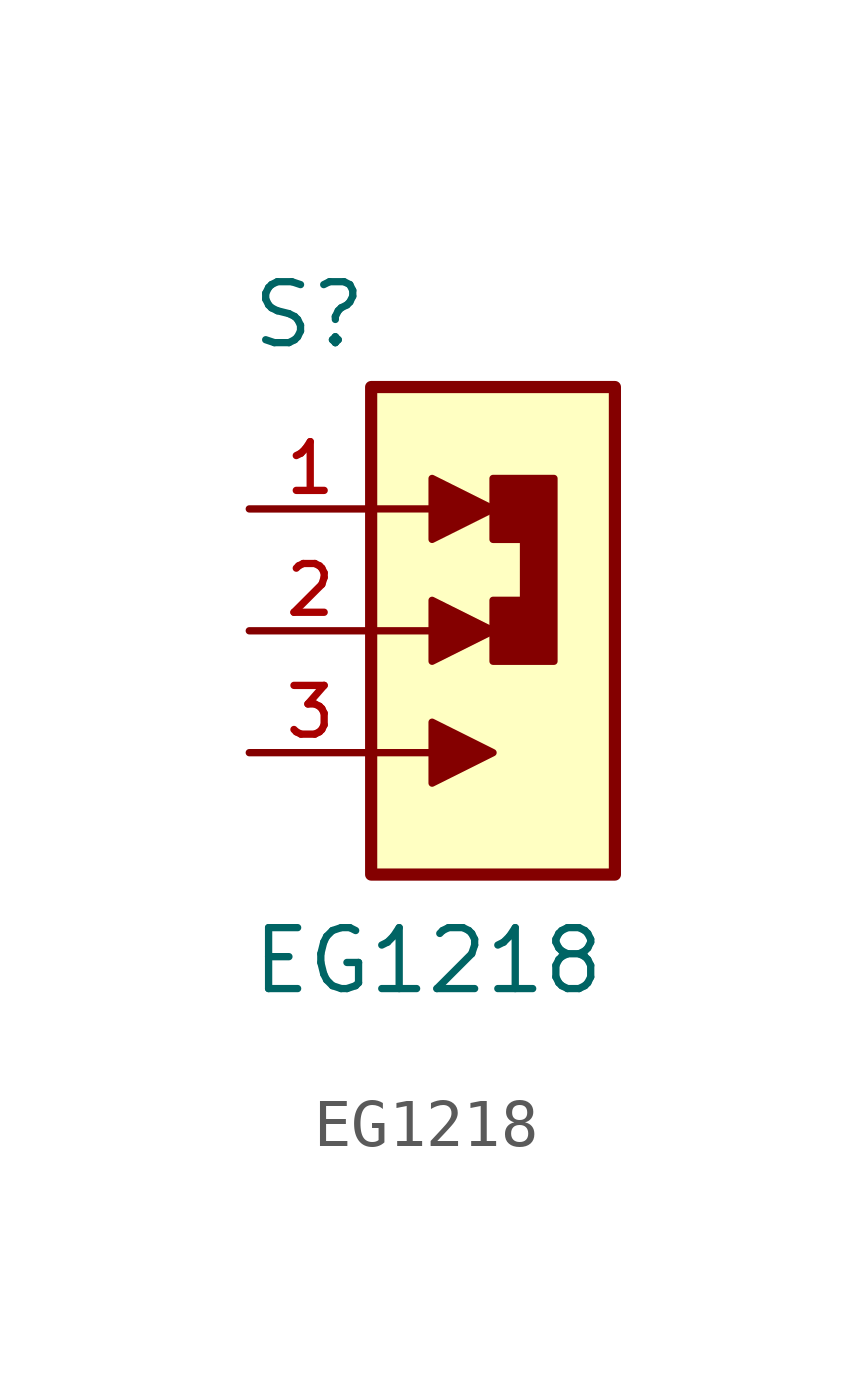
<source format=kicad_sym>
(kicad_symbol_lib
  (version 20211014)
  (generator kicad_symbol_editor)
  (symbol "EG1218"
    (pin_names
      (offset 1.016))
    (property "Reference" "S"
      (at -5.08 5.842 0)
      (effects (font (size 1.27 1.27)) (justify bottom left)))
    (property "Value" "EG1218"
      (at -5.08 -7.62 0)
      (effects (font (size 1.27 1.27)) (justify bottom left)))
    (symbol "EG1218_0_0"
      (polyline (pts (xy -2.54 2.54) (xy -1.27 2.54)) (stroke (width 0.152)))
      (polyline (pts (xy -1.27 3.175) (xy -1.27 1.905) (xy 0.0 2.54) (xy -1.27 3.175)) (stroke (width 0.152)) (fill (type outline)))
      (polyline (pts (xy -2.54 0.0) (xy -1.27 0.0)) (stroke (width 0.152)))
      (polyline (pts (xy -1.27 0.635) (xy -1.27 -0.635) (xy 0.0 0.0) (xy -1.27 0.635)) (stroke (width 0.152)) (fill (type outline)))
      (polyline (pts (xy -2.54 -2.54) (xy -1.27 -2.54)) (stroke (width 0.152)))
      (polyline (pts (xy -1.27 -1.905) (xy -1.27 -3.175) (xy 0.0 -2.54) (xy -1.27 -1.905)) (stroke (width 0.152)) (fill (type outline)))
      (polyline (pts (xy 0.0 1.905) (xy 0.0 3.175) (xy 1.27 3.175) (xy 1.27 -0.635) (xy 0.0 -0.635) (xy 0.0 0.635) (xy 0.635 0.635) (xy 0.635 1.905) (xy 0.0 1.905)) (stroke (width 0.152)) (fill (type outline)))
      (rectangle (start -2.54 -5.08) (end 2.54 5.08) (stroke (width 0.254)) (fill (type background)))
      (pin passive line (at -5.08 0.0 0) (length 2.54) (name "~" (effects (font (size 1.016 1.016)))) (number "2" (effects (font (size 1.016 1.016)))))
      (pin passive line (at -5.08 -2.54 0) (length 2.54) (name "~" (effects (font (size 1.016 1.016)))) (number "3" (effects (font (size 1.016 1.016)))))
      (pin passive line (at -5.08 2.54 0) (length 2.54) (name "~" (effects (font (size 1.016 1.016)))) (number "1" (effects (font (size 1.016 1.016))))))))
</source>
